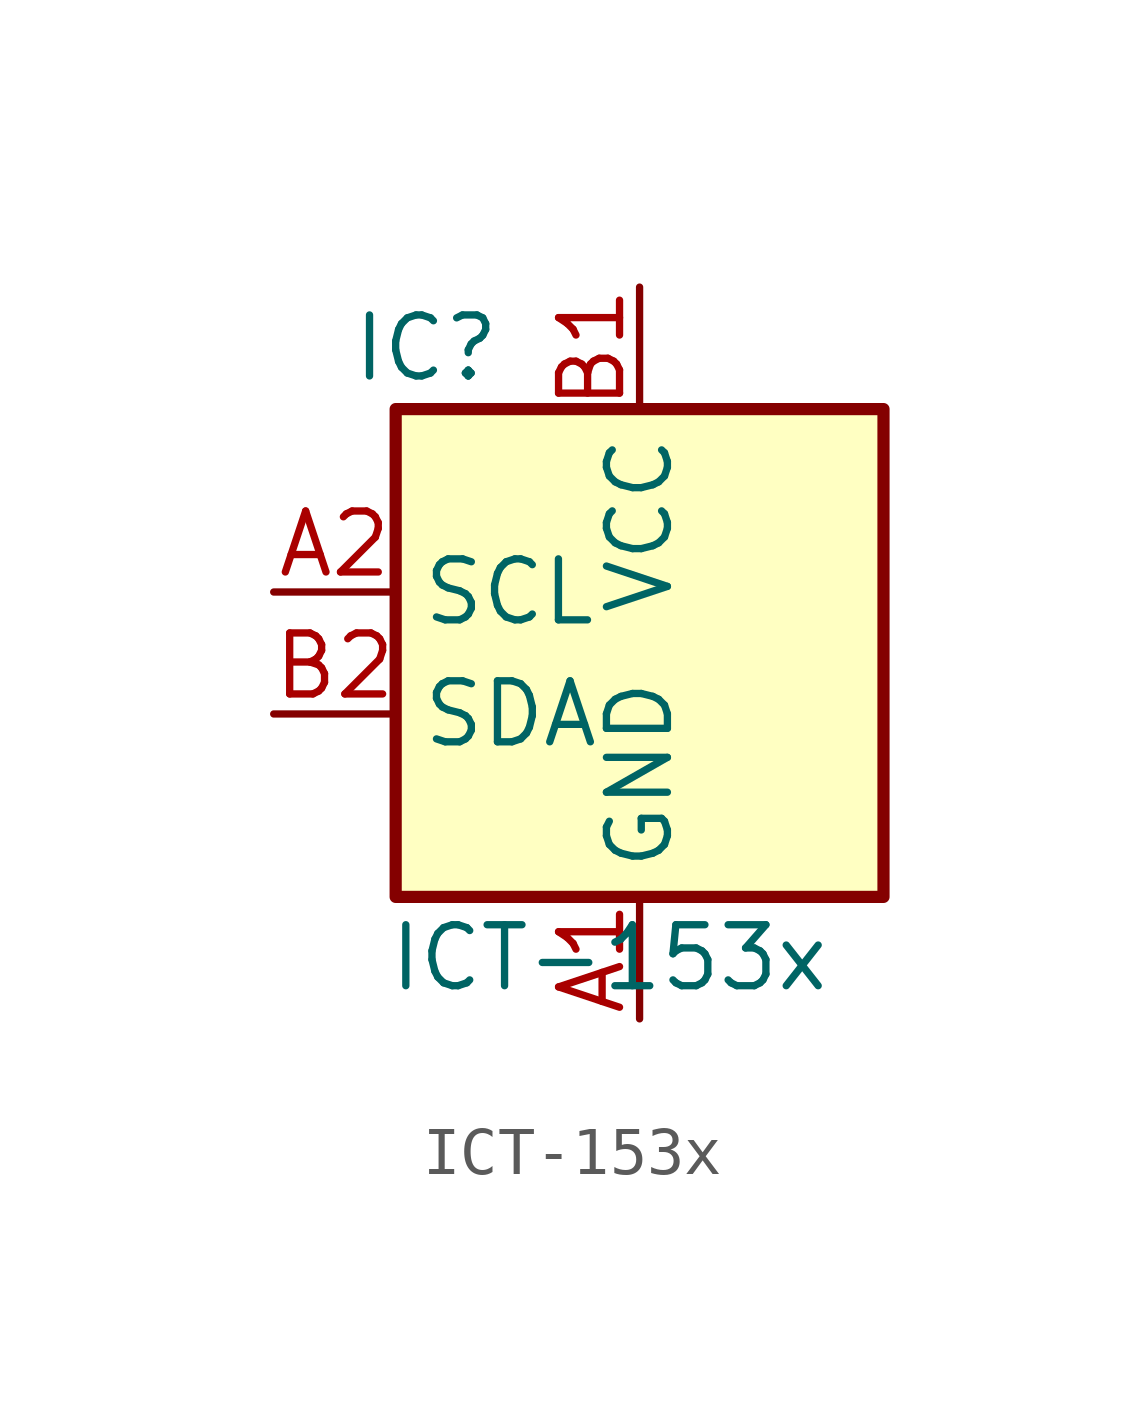
<source format=kicad_sym>
(kicad_symbol_lib
  (version 20231120)
  (generator "kicad_symbol_editor")
  (generator_version "8.0")
  (symbol "ICT-153x"
    (property "Reference" "IC"
      (at -4.445 6.35 0)
      (effects (font (size 1.27 1.27))))
    (property "Value" "ICT-153x"
      (at -0.635 -6.35 0)
      (effects (font (size 1.27 1.27))))
    (symbol "ICT-153x_1_0"
      (pin bidirectional line (at 0 -7.62 90) (length 2.54) (name "GND" (effects (font (size 1.27 1.27)))) (number "A1" (effects (font (size 1.27 1.27)))))
      (pin input line (at -7.62 1.27 0) (length 2.54) (name "SCL" (effects (font (size 1.27 1.27)))) (number "A2" (effects (font (size 1.27 1.27)))))
      (pin bidirectional line (at 0 7.62 270) (length 2.54) (name "VCC" (effects (font (size 1.27 1.27)))) (number "B1" (effects (font (size 1.27 1.27)))))
      (pin bidirectional line (at -7.62 -1.27 0) (length 2.54) (name "SDA" (effects (font (size 1.27 1.27)))) (number "B2" (effects (font (size 1.27 1.27))))))
    (symbol "ICT-153x_1_1"
      (rectangle (start -5.08 5.08) (end 5.08 -5.08) (stroke (width 0.254) (type default)) (fill (type background))))))
</source>
